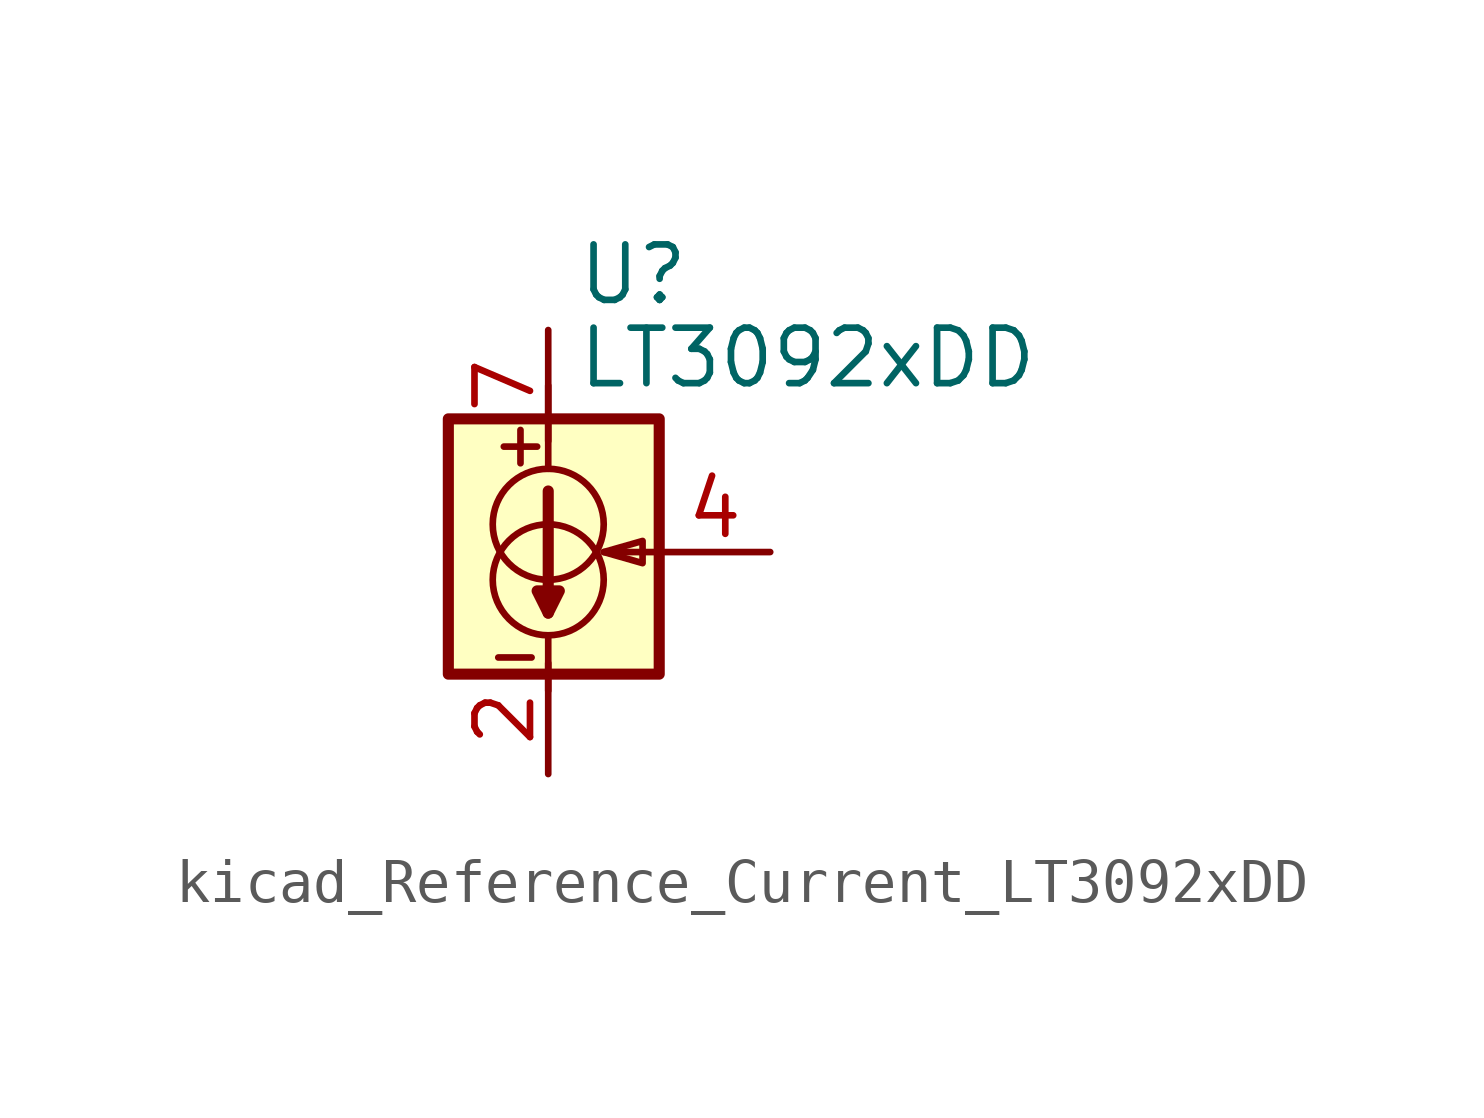
<source format=kicad_sym>
(kicad_symbol_lib
  (version 20220914)
  (generator kicad_symbol_editor)
  (symbol "kicad_Reference_Current_LT3092xDD"
    (property "Reference" "U"
      (at 0.635 6.35 0)
      (effects (font (size 1.27 1.27)) (justify left)))
    (property "Value" "LT3092xDD"
      (at 0.635 4.445 0)
      (effects (font (size 1.27 1.27)) (justify left)))
    (symbol "kicad_Reference_Current_LT3092xDD_0_1"
      (rectangle (start -2.286 3.048) (end 2.54 -2.794) (stroke (width 0.254) (type default)) (fill (type background)))
      (circle (center 0 -0.635) (radius 1.27) (stroke (width 0) (type default)) (fill (type none)))
      (polyline (pts (xy -1.143 -2.413) (xy -0.381 -2.413)) (stroke (width 0) (type default)) (fill (type none)))
      (polyline (pts (xy -1.016 2.413) (xy -0.254 2.413)) (stroke (width 0) (type default)) (fill (type none)))
      (polyline (pts (xy -0.635 2.794) (xy -0.635 2.032)) (stroke (width 0) (type default)) (fill (type none)))
      (polyline (pts (xy 0 -1.905) (xy 0 -3.175)) (stroke (width 0) (type default)) (fill (type none)))
      (polyline (pts (xy 0 1.397) (xy 0 -1.397)) (stroke (width 0.254) (type default)) (fill (type none)))
      (polyline (pts (xy 0 3.81) (xy 0 1.905)) (stroke (width 0) (type default)) (fill (type none)))
      (polyline (pts (xy 2.54 0) (xy 1.27 0)) (stroke (width 0) (type default)) (fill (type none)))
      (polyline (pts (xy 0 -1.397) (xy -0.254 -0.889) (xy 0.254 -0.889) (xy 0 -1.397)) (stroke (width 0.254) (type default)) (fill (type none)))
      (polyline (pts (xy 1.27 0) (xy 2.159 0.254) (xy 2.159 -0.254) (xy 1.27 0)) (stroke (width 0) (type default)) (fill (type none)))
      (circle (center 0 0.635) (radius 1.27) (stroke (width 0) (type default)) (fill (type none))))
    (symbol "kicad_Reference_Current_LT3092xDD_1_1"
      (pin passive line (at 0 -5.08 90) (length 2.54) hide (name "~" (effects (font (size 1.27 1.27)))) (number "1" (effects (font (size 1.27 1.27)))))
      (pin passive line (at 0 -5.08 90) (length 2.54) (name "~" (effects (font (size 1.27 1.27)))) (number "2" (effects (font (size 1.27 1.27)))))
      (pin no_connect line (at -1.27 2.54 0) (length 2.54) hide (name "NC" (effects (font (size 1.27 1.27)))) (number "3" (effects (font (size 1.27 1.27)))))
      (pin passive line (at 5.08 0 180) (length 2.54) (name "~" (effects (font (size 1.27 1.27)))) (number "4" (effects (font (size 1.27 1.27)))))
      (pin no_connect line (at -1.27 0 0) (length 2.54) hide (name "NC" (effects (font (size 1.27 1.27)))) (number "5" (effects (font (size 1.27 1.27)))))
      (pin no_connect line (at -1.27 -2.54 0) (length 2.54) hide (name "NC" (effects (font (size 1.27 1.27)))) (number "6" (effects (font (size 1.27 1.27)))))
      (pin passive line (at 0 5.08 270) (length 2.54) (name "~" (effects (font (size 1.27 1.27)))) (number "7" (effects (font (size 1.27 1.27)))))
      (pin passive line (at 0 5.08 270) (length 2.54) hide (name "~" (effects (font (size 1.27 1.27)))) (number "8" (effects (font (size 1.27 1.27)))))
      (pin passive line (at 0 -5.08 90) (length 2.54) hide (name "~" (effects (font (size 1.27 1.27)))) (number "9" (effects (font (size 1.27 1.27))))))))
</source>
